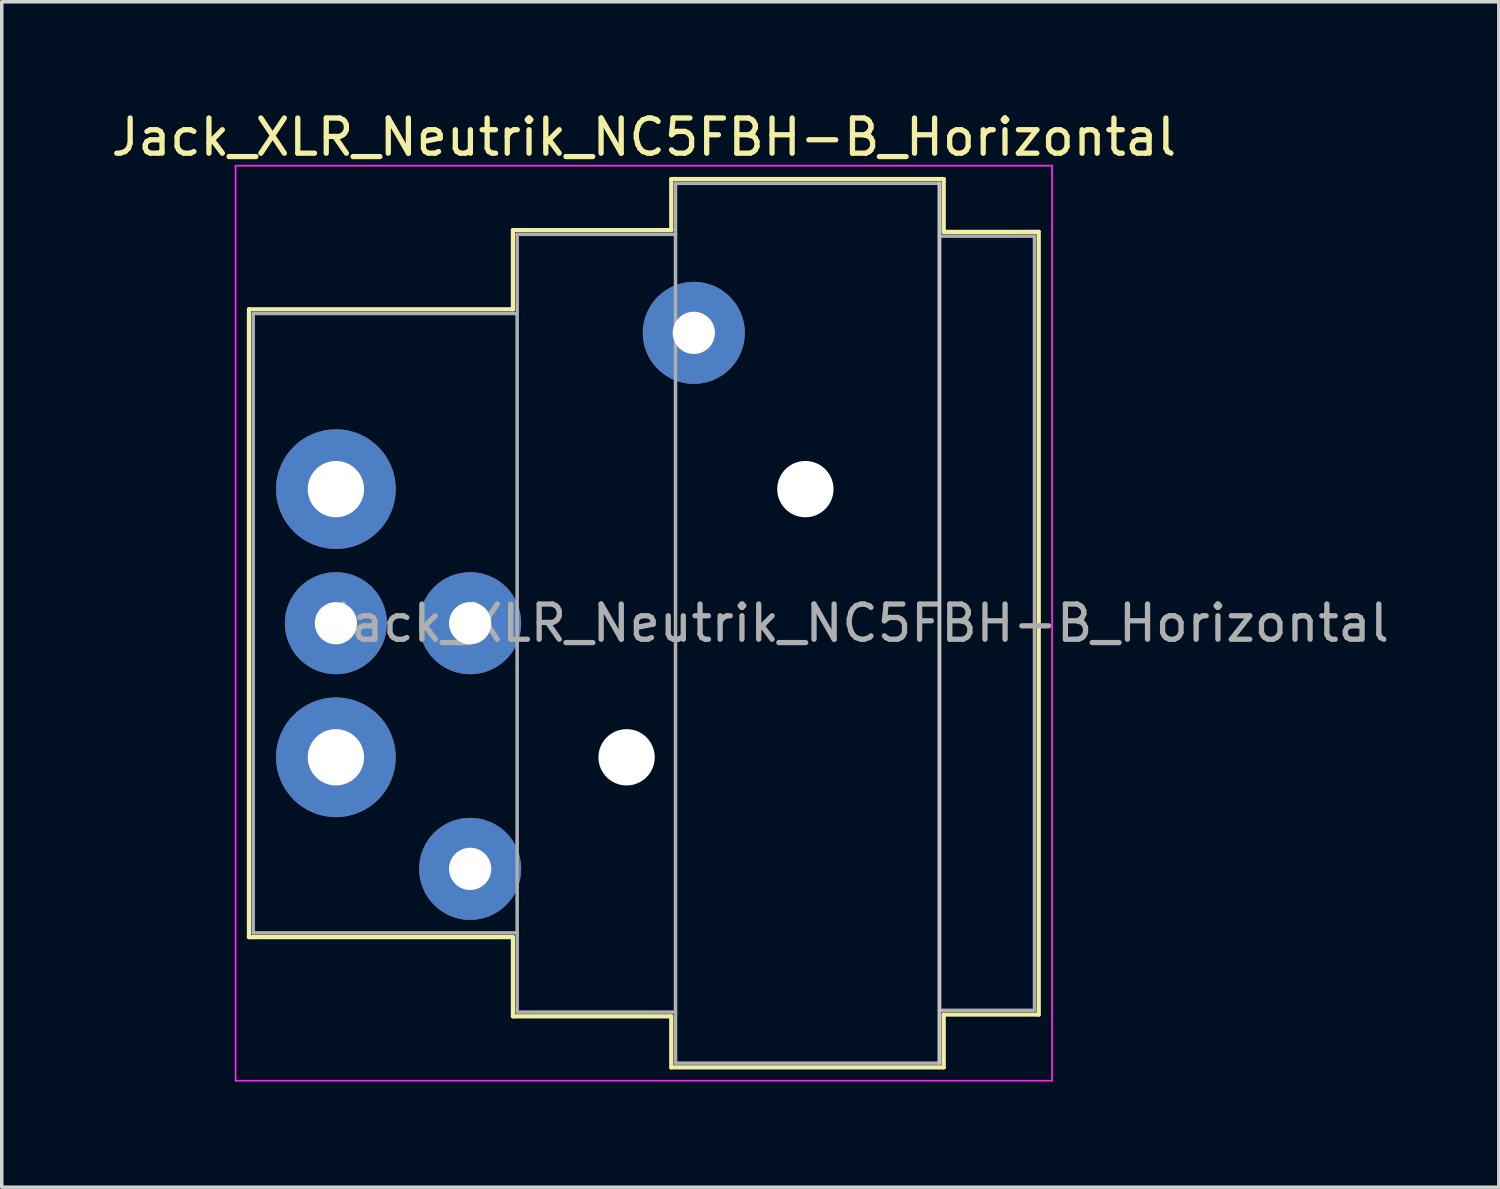
<source format=kicad_pcb>
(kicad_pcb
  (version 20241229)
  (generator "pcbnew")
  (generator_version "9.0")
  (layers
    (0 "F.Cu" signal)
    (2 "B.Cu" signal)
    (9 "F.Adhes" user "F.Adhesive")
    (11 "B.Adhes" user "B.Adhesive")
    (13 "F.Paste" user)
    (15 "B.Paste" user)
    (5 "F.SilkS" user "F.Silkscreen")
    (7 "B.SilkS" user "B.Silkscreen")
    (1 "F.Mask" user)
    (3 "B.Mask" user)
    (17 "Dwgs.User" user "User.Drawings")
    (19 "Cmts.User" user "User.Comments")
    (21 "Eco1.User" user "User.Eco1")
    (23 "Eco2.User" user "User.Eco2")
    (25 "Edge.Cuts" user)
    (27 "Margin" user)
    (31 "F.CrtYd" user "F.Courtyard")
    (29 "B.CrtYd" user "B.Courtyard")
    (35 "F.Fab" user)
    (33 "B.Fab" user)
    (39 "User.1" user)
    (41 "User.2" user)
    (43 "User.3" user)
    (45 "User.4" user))
  (footprint "Jack_XLR_Neutrik_NC5FBH-B_Horizontal"
    (layer "F.Cu")
    (at 6.494 10.848)
    (property "Reference" "Jack_XLR_Neutrik_NC5FBH-B_Horizontal" (at 8.75 -10 0) (layer "F.SilkS") (effects (font (size 1 1) (thickness 0.15))))
    (attr through_hole)
    (fp_line (start -2.47 -5.11) (end -2.47 12.73) (stroke (width 0.12) (type solid)) (layer "F.SilkS"))
    (fp_line (start 5.03 -5.11) (end -2.47 -5.11) (stroke (width 0.12) (type solid)) (layer "F.SilkS"))
    (fp_line (start 5.03 -5.11) (end 5.03 -7.36) (stroke (width 0.12) (type solid)) (layer "F.SilkS"))
    (fp_line (start 5.03 12.73) (end -2.47 12.73) (stroke (width 0.12) (type solid)) (layer "F.SilkS"))
    (fp_line (start 5.03 12.73) (end 5.03 14.98) (stroke (width 0.12) (type solid)) (layer "F.SilkS"))
    (fp_line (start 9.53 -7.36) (end 5.03 -7.36) (stroke (width 0.12) (type solid)) (layer "F.SilkS"))
    (fp_line (start 9.53 -7.36) (end 9.53 -8.81) (stroke (width 0.12) (type solid)) (layer "F.SilkS"))
    (fp_line (start 9.53 14.98) (end 5.03 14.98) (stroke (width 0.12) (type solid)) (layer "F.SilkS"))
    (fp_line (start 9.53 16.43) (end 9.53 14.98) (stroke (width 0.12) (type solid)) (layer "F.SilkS"))
    (fp_line (start 17.27 -8.81) (end 9.53 -8.81) (stroke (width 0.12) (type solid)) (layer "F.SilkS"))
    (fp_line (start 17.27 -8.81) (end 17.27 -7.31) (stroke (width 0.12) (type solid)) (layer "F.SilkS"))
    (fp_line (start 17.27 -7.31) (end 19.97 -7.31) (stroke (width 0.12) (type solid)) (layer "F.SilkS"))
    (fp_line (start 17.27 14.93) (end 17.27 16.43) (stroke (width 0.12) (type solid)) (layer "F.SilkS"))
    (fp_line (start 17.27 14.93) (end 19.97 14.93) (stroke (width 0.12) (type solid)) (layer "F.SilkS"))
    (fp_line (start 17.27 16.43) (end 9.53 16.43) (stroke (width 0.12) (type solid)) (layer "F.SilkS"))
    (fp_line (start 19.97 -7.31) (end 19.97 14.93) (stroke (width 0.12) (type solid)) (layer "F.SilkS"))
    (fp_line (start 17.15 -8.69) (end 17.15 16.31) (stroke (width 0.1) (type solid)) (layer "Dwgs.User"))
    (fp_line (start -2.85 -9.19) (end -2.85 16.81) (stroke (width 0.05) (type solid)) (layer "F.CrtYd"))
    (fp_line (start 20.35 -9.19) (end -2.85 -9.19) (stroke (width 0.05) (type solid)) (layer "F.CrtYd"))
    (fp_line (start 20.35 -9.19) (end 20.35 16.81) (stroke (width 0.05) (type solid)) (layer "F.CrtYd"))
    (fp_line (start 20.35 16.81) (end -2.85 16.81) (stroke (width 0.05) (type solid)) (layer "F.CrtYd"))
    (fp_line (start -2.35 -4.99) (end -2.35 12.61) (stroke (width 0.1) (type solid)) (layer "F.Fab"))
    (fp_line (start 5.15 -4.99) (end -2.35 -4.99) (stroke (width 0.1) (type solid)) (layer "F.Fab"))
    (fp_line (start 5.15 12.61) (end -2.35 12.61) (stroke (width 0.1) (type solid)) (layer "F.Fab"))
    (fp_line (start 5.15 14.86) (end 5.15 -7.24) (stroke (width 0.1) (type solid)) (layer "F.Fab"))
    (fp_line (start 5.15 14.86) (end 9.65 14.86) (stroke (width 0.1) (type solid)) (layer "F.Fab"))
    (fp_line (start 9.65 -8.69) (end 17.15 -8.69) (stroke (width 0.1) (type solid)) (layer "F.Fab"))
    (fp_line (start 9.65 -7.24) (end 5.15 -7.24) (stroke (width 0.1) (type solid)) (layer "F.Fab"))
    (fp_line (start 9.65 16.31) (end 9.65 -8.69) (stroke (width 0.1) (type solid)) (layer "F.Fab"))
    (fp_line (start 17.15 -8.69) (end 17.15 16.31) (stroke (width 0.1) (type solid)) (layer "F.Fab"))
    (fp_line (start 17.15 -7.19) (end 19.85 -7.19) (stroke (width 0.1) (type solid)) (layer "F.Fab"))
    (fp_line (start 17.15 16.31) (end 9.65 16.31) (stroke (width 0.1) (type solid)) (layer "F.Fab"))
    (fp_line (start 19.85 -7.19) (end 19.85 14.81) (stroke (width 0.1) (type solid)) (layer "F.Fab"))
    (fp_line (start 19.85 14.81) (end 17.15 14.81) (stroke (width 0.1) (type solid)) (layer "F.Fab"))
    (fp_text user "${REFERENCE}" (at 14.8 3.81 0) (layer "F.Fab") (effects (font (size 1 1) (thickness 0.15))))
    (pad "" np_thru_hole circle (at 8.26 7.62) (size 1.6 1.6) (drill 1.6) (layers "*.Cu" "*.Mask"))
    (pad "" np_thru_hole circle (at 13.34 0) (size 1.6 1.6) (drill 1.6) (layers "*.Cu" "*.Mask"))
    (pad "1" thru_hole circle (at 0 0) (size 3.4 3.4) (drill 1.6) (layers "*.Cu" "*.Mask"))
    (pad "2" thru_hole circle (at 3.815 3.81) (size 2.9 2.9) (drill 1.2) (layers "*.Cu" "*.Mask"))
    (pad "3" thru_hole circle (at 0 3.81) (size 2.9 2.9) (drill 1.2) (layers "*.Cu" "*.Mask"))
    (pad "4" thru_hole circle (at 3.815 10.79) (size 2.9 2.9) (drill 1.2) (layers "*.Cu" "*.Mask"))
    (pad "5" thru_hole circle (at 0 7.62) (size 3.4 3.4) (drill 1.6) (layers "*.Cu" "*.Mask"))
    (pad "G" thru_hole circle (at 10.17 -4.44) (size 2.9 2.9) (drill 1.2) (layers "*.Cu" "*.Mask")))
  (gr_rect
    (start -3 -3)
    (end 39.538 30.683)
    (stroke (width 0.1) (type default))
    (fill no)
    (layer "Edge.Cuts")))
</source>
